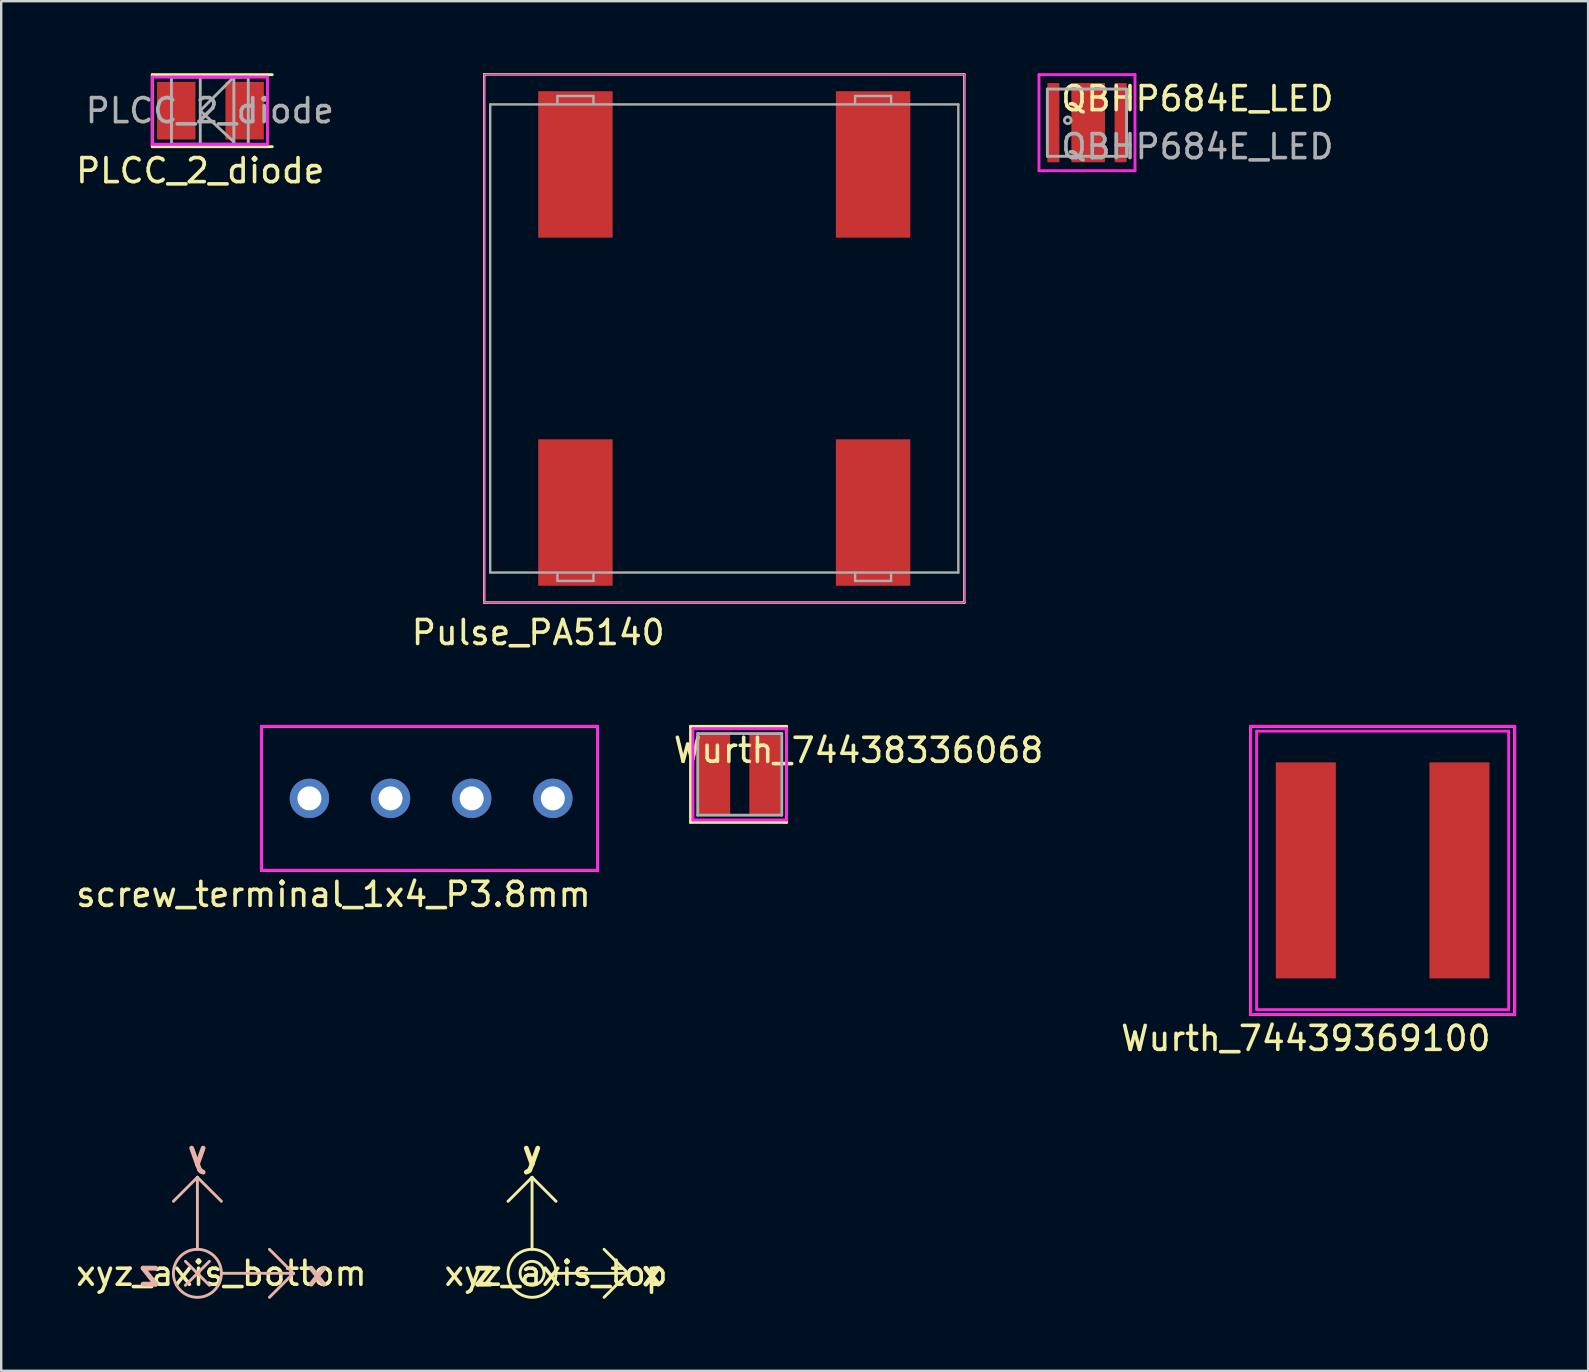
<source format=kicad_pcb>
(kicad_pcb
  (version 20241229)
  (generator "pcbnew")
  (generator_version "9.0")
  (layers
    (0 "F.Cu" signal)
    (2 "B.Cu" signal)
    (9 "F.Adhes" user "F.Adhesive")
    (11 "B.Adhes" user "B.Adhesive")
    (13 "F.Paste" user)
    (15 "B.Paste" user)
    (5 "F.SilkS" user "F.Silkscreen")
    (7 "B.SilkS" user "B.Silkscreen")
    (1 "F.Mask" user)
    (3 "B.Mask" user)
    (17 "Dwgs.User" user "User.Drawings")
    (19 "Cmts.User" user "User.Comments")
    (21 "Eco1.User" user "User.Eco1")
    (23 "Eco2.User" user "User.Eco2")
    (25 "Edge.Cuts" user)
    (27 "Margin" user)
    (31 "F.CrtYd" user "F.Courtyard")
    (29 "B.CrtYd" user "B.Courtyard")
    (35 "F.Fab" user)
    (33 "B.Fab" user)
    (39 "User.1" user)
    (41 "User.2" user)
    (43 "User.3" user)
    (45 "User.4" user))
  (footprint "xyz_axis_top"
    (layer "F.Cu")
    (at 19.113 49.992)
    (property "Reference" "xyz_axis_top" (at 1 0 0) (layer "F.SilkS") (effects (font (size 1 1) (thickness 0.15))))
    (attr through_hole)
    (fp_line (start -1 -3) (end 0 -4) (stroke (width 0.12) (type solid)) (layer "F.SilkS"))
    (fp_line (start 0 -4) (end 1 -3) (stroke (width 0.12) (type solid)) (layer "F.SilkS"))
    (fp_line (start 0 -1) (end 0 -4) (stroke (width 0.12) (type solid)) (layer "F.SilkS"))
    (fp_line (start 1 0) (end 4 0) (stroke (width 0.12) (type solid)) (layer "F.SilkS"))
    (fp_line (start 3 -1) (end 4 0) (stroke (width 0.12) (type solid)) (layer "F.SilkS"))
    (fp_line (start 4 0) (end 3 1) (stroke (width 0.12) (type solid)) (layer "F.SilkS"))
    (fp_circle (center 0 0) (end 0.5 0) (stroke (width 0.12) (type solid)) (fill no) (layer "F.SilkS"))
    (fp_circle (center 0 0) (end 1 0) (stroke (width 0.12) (type solid)) (fill no) (layer "F.SilkS"))
    (fp_text user "z" (at -2 0 0) (layer "F.SilkS") (effects (font (size 1 1) (thickness 0.2))))
    (fp_text user "y" (at 0 -5 0) (layer "F.SilkS") (effects (font (size 1 1) (thickness 0.2))))
    (fp_text user "x" (at 5 0 0) (layer "F.SilkS") (effects (font (size 1 1) (thickness 0.2)))))
  (footprint "screw_terminal_1x4_P3.8mm"
    (layer "F.Cu")
    (at 9.839 30.208)
    (property "Reference" "screw_terminal_1x4_P3.8mm" (at 1 4 0) (layer "F.SilkS") (effects (font (size 1 1) (thickness 0.15))))
    (attr through_hole)
    (fp_line (start -2 -3) (end 12 -3) (stroke (width 0.12) (type solid)) (layer "F.SilkS"))
    (fp_line (start -2 3) (end -2 -3) (stroke (width 0.12) (type solid)) (layer "F.SilkS"))
    (fp_line (start 12 -3) (end 12 3) (stroke (width 0.12) (type solid)) (layer "F.SilkS"))
    (fp_line (start 12 3) (end -2 3) (stroke (width 0.12) (type solid)) (layer "F.SilkS"))
    (fp_line (start -2 -3) (end 12 -3) (stroke (width 0.12) (type solid)) (layer "F.CrtYd"))
    (fp_line (start -2 3) (end -2 -3) (stroke (width 0.12) (type solid)) (layer "F.CrtYd"))
    (fp_line (start 12 -3) (end 12 3) (stroke (width 0.12) (type solid)) (layer "F.CrtYd"))
    (fp_line (start 12 3) (end -2 3) (stroke (width 0.12) (type solid)) (layer "F.CrtYd"))
    (pad "1" thru_hole circle (at 0 0) (size 1.64 1.64) (drill 1) (layers "*.Cu" "*.Mask"))
    (pad "2" thru_hole circle (at 3.38 0) (size 1.64 1.64) (drill 1) (layers "*.Cu" "*.Mask"))
    (pad "3" thru_hole circle (at 6.76 0) (size 1.64 1.64) (drill 1) (layers "*.Cu" "*.Mask"))
    (pad "4" thru_hole circle (at 10.14 0) (size 1.64 1.64) (drill 1) (layers "*.Cu" "*.Mask")))
  (footprint "PLCC_2_diode"
    (layer "F.Cu")
    (at 4.292 1.56)
    (property "Reference" "PLCC_2_diode" (at 1 2.5 0) (layer "F.SilkS") (effects (font (size 1 1) (thickness 0.15))))
    (attr smd)
    (fp_line (start -1 -1.5) (end 4 -1.5) (stroke (width 0.12) (type solid)) (layer "F.SilkS"))
    (fp_line (start -1 1.5) (end -1 -1.5) (stroke (width 0.12) (type solid)) (layer "F.SilkS"))
    (fp_line (start 4 1.5) (end -1 1.5) (stroke (width 0.12) (type solid)) (layer "F.SilkS"))
    (fp_line (start -1 -1.4) (end 3.8 -1.4) (stroke (width 0.12) (type solid)) (layer "F.CrtYd"))
    (fp_line (start -1 1.4) (end -1 -1.4) (stroke (width 0.12) (type solid)) (layer "F.CrtYd"))
    (fp_line (start 3.8 -1.4) (end 3.8 1.4) (stroke (width 0.12) (type solid)) (layer "F.CrtYd"))
    (fp_line (start 3.8 1.4) (end -1 1.4) (stroke (width 0.12) (type solid)) (layer "F.CrtYd"))
    (fp_line (start -0.2 -1.4) (end 3 -1.4) (stroke (width 0.12) (type solid)) (layer "F.Fab"))
    (fp_line (start -0.2 1.4) (end -0.2 -1.4) (stroke (width 0.12) (type solid)) (layer "F.Fab"))
    (fp_line (start 1 -1.4) (end 1 1.4) (stroke (width 0.12) (type solid)) (layer "F.Fab"))
    (fp_line (start 1 0) (end 2.4 -1.4) (stroke (width 0.12) (type solid)) (layer "F.Fab"))
    (fp_line (start 2.4 -1.4) (end 2.4 1.4) (stroke (width 0.12) (type solid)) (layer "F.Fab"))
    (fp_line (start 2.4 1.3) (end 1 0) (stroke (width 0.12) (type solid)) (layer "F.Fab"))
    (fp_line (start 3 -1.4) (end 3 1.4) (stroke (width 0.12) (type solid)) (layer "F.Fab"))
    (fp_line (start 3 1.4) (end -0.2 1.4) (stroke (width 0.12) (type solid)) (layer "F.Fab"))
    (fp_text user "${REFERENCE}" (at 1.4 0 0) (layer "F.Fab") (effects (font (size 1 1) (thickness 0.15))))
    (pad "1" smd rect (at 0 0) (size 1.6 2.4) (layers "F.Cu" "F.Mask" "F.Paste"))
    (pad "2" smd rect (at 2.85 0) (size 1.6 2.4) (layers "F.Cu" "F.Mask" "F.Paste")))
  (footprint "Wurth_74438336068"
    (layer "F.Cu")
    (at 26.715 29.208)
    (property "Reference" "Wurth_74438336068" (at 6 -1 0) (layer "F.SilkS") (effects (font (size 1 1) (thickness 0.15))))
    (attr through_hole)
    (fp_line (start -1 -2) (end 3 -2) (stroke (width 0.12) (type solid)) (layer "F.SilkS"))
    (fp_line (start -1 2) (end -1 -2) (stroke (width 0.12) (type solid)) (layer "F.SilkS"))
    (fp_line (start 3 -2) (end 3 2) (stroke (width 0.12) (type solid)) (layer "F.SilkS"))
    (fp_line (start 3 2) (end -1 2) (stroke (width 0.12) (type solid)) (layer "F.SilkS"))
    (fp_line (start -0.9 -1.9) (end 3 -1.9) (stroke (width 0.12) (type solid)) (layer "F.CrtYd"))
    (fp_line (start -0.9 1.9) (end -0.9 -1.9) (stroke (width 0.12) (type solid)) (layer "F.CrtYd"))
    (fp_line (start 3 -1.9) (end 3 1.9) (stroke (width 0.12) (type solid)) (layer "F.CrtYd"))
    (fp_line (start 3 1.9) (end -0.9 1.9) (stroke (width 0.12) (type solid)) (layer "F.CrtYd"))
    (fp_line (start -0.7 -1.7) (end 2.8 -1.7) (stroke (width 0.12) (type solid)) (layer "F.Fab"))
    (fp_line (start -0.7 1.7) (end -0.7 -1.7) (stroke (width 0.12) (type solid)) (layer "F.Fab"))
    (fp_line (start 2.8 -1.7) (end 2.8 1.7) (stroke (width 0.12) (type solid)) (layer "F.Fab"))
    (fp_line (start 2.8 1.7) (end -0.7 1.7) (stroke (width 0.12) (type solid)) (layer "F.Fab"))
    (pad "1" smd rect (at 0 0) (size 1.3 3.4) (layers "F.Cu" "F.Mask" "F.Paste"))
    (pad "2" smd rect (at 2.1 0) (size 1.3 3.4) (layers "F.Cu" "F.Mask" "F.Paste")))
  (footprint "Wurth_74439369100"
    (layer "F.Cu")
    (at 51.346 33.208)
    (property "Reference" "Wurth_74439369100" (at 0 7 0) (layer "F.SilkS") (effects (font (size 1 1) (thickness 0.15))))
    (attr through_hole)
    (fp_line (start -2.3 -6) (end 8.7 -6) (stroke (width 0.12) (type solid)) (layer "F.SilkS"))
    (fp_line (start -2.3 6) (end -2.3 -6) (stroke (width 0.12) (type solid)) (layer "F.SilkS"))
    (fp_line (start 8.7 -6) (end 8.7 6) (stroke (width 0.12) (type solid)) (layer "F.SilkS"))
    (fp_line (start 8.7 6) (end -2.3 6) (stroke (width 0.12) (type solid)) (layer "F.SilkS"))
    (fp_line (start -2.3 -6) (end 8.7 -6) (stroke (width 0.12) (type solid)) (layer "F.CrtYd"))
    (fp_line (start -2.3 6) (end -2.3 -6) (stroke (width 0.12) (type solid)) (layer "F.CrtYd"))
    (fp_line (start -2.05 -5.8) (end 8.45 -5.8) (stroke (width 0.12) (type solid)) (layer "F.CrtYd"))
    (fp_line (start -2.05 5.8) (end -2.05 -5.8) (stroke (width 0.12) (type solid)) (layer "F.CrtYd"))
    (fp_line (start 8.45 -5.8) (end 8.45 5.8) (stroke (width 0.12) (type solid)) (layer "F.CrtYd"))
    (fp_line (start 8.45 5.8) (end -2.05 5.8) (stroke (width 0.12) (type solid)) (layer "F.CrtYd"))
    (fp_line (start 8.7 -6) (end 8.7 6) (stroke (width 0.12) (type solid)) (layer "F.CrtYd"))
    (fp_line (start 8.7 6) (end -2.3 6) (stroke (width 0.12) (type solid)) (layer "F.CrtYd"))
    (pad "1" smd rect (at 0 0) (size 2.5 9) (layers "F.Cu" "F.Mask" "F.Paste"))
    (pad "2" smd rect (at 6.4 0) (size 2.5 9) (layers "F.Cu" "F.Mask" "F.Paste")))
  (footprint "Pulse_PA5140"
    (layer "F.Cu")
    (at 27.12 11.05)
    (property "Reference" "Pulse_PA5140" (at -7.75 12.25 0) (layer "F.SilkS") (effects (font (size 1 1) (thickness 0.15))))
    (attr smd)
    (fp_line (start -10 -11) (end 10 -11) (stroke (width 0.1) (type default)) (layer "F.SilkS"))
    (fp_line (start -10 11) (end -10 -11) (stroke (width 0.1) (type default)) (layer "F.SilkS"))
    (fp_line (start 10 -11) (end 10 11) (stroke (width 0.1) (type default)) (layer "F.SilkS"))
    (fp_line (start 10 11) (end -10 11) (stroke (width 0.1) (type default)) (layer "F.SilkS"))
    (fp_line (start -10 -11) (end 10 -11) (stroke (width 0.05) (type default)) (layer "F.CrtYd"))
    (fp_line (start -10 11) (end -10 -11) (stroke (width 0.05) (type default)) (layer "F.CrtYd"))
    (fp_line (start 10 -11) (end 10 11) (stroke (width 0.05) (type default)) (layer "F.CrtYd"))
    (fp_line (start 10 11) (end -10 11) (stroke (width 0.05) (type default)) (layer "F.CrtYd"))
    (fp_line (start -9.75 -9.75) (end 9.75 -9.75) (stroke (width 0.1) (type default)) (layer "F.Fab"))
    (fp_line (start -9.75 9.75) (end -9.75 -9.75) (stroke (width 0.1) (type default)) (layer "F.Fab"))
    (fp_line (start -6.95 -10.1) (end -5.45 -10.1) (stroke (width 0.1) (type default)) (layer "F.Fab"))
    (fp_line (start -6.95 -9.8) (end -6.95 -10.1) (stroke (width 0.1) (type default)) (layer "F.Fab"))
    (fp_line (start -6.95 10.1) (end -6.95 9.8) (stroke (width 0.1) (type default)) (layer "F.Fab"))
    (fp_line (start -5.45 -10.1) (end -5.45 -9.8) (stroke (width 0.1) (type default)) (layer "F.Fab"))
    (fp_line (start -5.45 9.8) (end -5.45 10.1) (stroke (width 0.1) (type default)) (layer "F.Fab"))
    (fp_line (start -5.45 10.1) (end -6.95 10.1) (stroke (width 0.1) (type default)) (layer "F.Fab"))
    (fp_line (start 5.45 -10.1) (end 6.95 -10.1) (stroke (width 0.1) (type default)) (layer "F.Fab"))
    (fp_line (start 5.45 -9.8) (end 5.45 -10.1) (stroke (width 0.1) (type default)) (layer "F.Fab"))
    (fp_line (start 5.45 10.1) (end 5.45 9.8) (stroke (width 0.1) (type default)) (layer "F.Fab"))
    (fp_line (start 6.95 -10.1) (end 6.95 -9.8) (stroke (width 0.1) (type default)) (layer "F.Fab"))
    (fp_line (start 6.95 9.8) (end 6.95 10.1) (stroke (width 0.1) (type default)) (layer "F.Fab"))
    (fp_line (start 6.95 10.1) (end 5.45 10.1) (stroke (width 0.1) (type default)) (layer "F.Fab"))
    (fp_line (start 9.75 -9.75) (end 9.75 9.75) (stroke (width 0.1) (type default)) (layer "F.Fab"))
    (fp_line (start 9.75 9.75) (end -9.75 9.75) (stroke (width 0.1) (type default)) (layer "F.Fab"))
    (pad "1" smd rect (at -6.2 7.25) (size 3.1 6.1) (layers "F.Cu" "F.Mask" "F.Paste"))
    (pad "2" smd rect (at 6.2 7.25) (size 3.1 6.1) (layers "F.Cu" "F.Mask" "F.Paste"))
    (pad "3" smd rect (at 6.2 -7.25) (size 3.1 6.1) (layers "F.Cu" "F.Mask" "F.Paste"))
    (pad "4" smd rect (at -6.2 -7.25) (size 3.1 6.1) (layers "F.Cu" "F.Mask" "F.Paste")))
  (footprint "QBHP684E_LED"
    (layer "F.Cu")
    (at 40.83 2.06)
    (property "Reference" "QBHP684E_LED" (at 6 -1 0) (layer "F.SilkS") (effects (font (size 1 1) (thickness 0.15))))
    (attr through_hole)
    (fp_poly (pts (xy 2.15 1.65) (xy 0.75 1.65) (xy 0.75 -1.65) (xy 2.15 -1.65)) (stroke (width 0.001) (type solid)) (fill yes) (layer "F.Cu"))
    (fp_line (start -0.6 -2) (end 3.4 -2) (stroke (width 0.12) (type solid)) (layer "F.CrtYd"))
    (fp_line (start -0.6 2) (end -0.6 -2) (stroke (width 0.12) (type solid)) (layer "F.CrtYd"))
    (fp_line (start 3.4 -2) (end 3.4 2) (stroke (width 0.12) (type solid)) (layer "F.CrtYd"))
    (fp_line (start 3.4 2) (end -0.6 2) (stroke (width 0.12) (type solid)) (layer "F.CrtYd"))
    (fp_line (start -0.25 -1.4) (end 3.05 -1.4) (stroke (width 0.12) (type solid)) (layer "F.Fab"))
    (fp_line (start -0.25 1.4) (end -0.25 -1.4) (stroke (width 0.12) (type solid)) (layer "F.Fab"))
    (fp_line (start 3.05 -1.4) (end 3.05 1.4) (stroke (width 0.12) (type solid)) (layer "F.Fab"))
    (fp_line (start 3.05 1.4) (end -0.25 1.4) (stroke (width 0.12) (type solid)) (layer "F.Fab"))
    (fp_circle (center 0.6 -0.1) (end 0.7 -0.2) (stroke (width 0.12) (type solid)) (fill no) (layer "F.Fab"))
    (fp_text user "${REFERENCE}" (at 6 1 0) (layer "F.Fab") (effects (font (size 1 1) (thickness 0.15))))
    (pad "1" smd rect (at 0 0) (size 0.5 3.3) (layers "F.Cu" "F.Mask" "F.Paste"))
    (pad "2" smd rect (at 2.8 0) (size 0.5 3.3) (layers "F.Cu" "F.Mask" "F.Paste")))
  (footprint "xyz_axis_bottom"
    (layer "F.Cu")
    (at 5.173 49.992)
    (property "Reference" "xyz_axis_bottom" (at 1 0 0) (layer "F.SilkS") (effects (font (size 1 1) (thickness 0.15))))
    (attr through_hole)
    (fp_line (start -1 -3) (end 0 -4) (stroke (width 0.12) (type solid)) (layer "B.SilkS"))
    (fp_line (start -0.5 -0.5) (end 0.5 0.5) (stroke (width 0.12) (type solid)) (layer "B.SilkS"))
    (fp_line (start -0.5 0.5) (end 0.5 -0.5) (stroke (width 0.12) (type solid)) (layer "B.SilkS"))
    (fp_line (start 0 -4) (end 1 -3) (stroke (width 0.12) (type solid)) (layer "B.SilkS"))
    (fp_line (start 0 -1) (end 0 -4) (stroke (width 0.12) (type solid)) (layer "B.SilkS"))
    (fp_line (start 1 0) (end 4 0) (stroke (width 0.12) (type solid)) (layer "B.SilkS"))
    (fp_line (start 3 -1) (end 4 0) (stroke (width 0.12) (type solid)) (layer "B.SilkS"))
    (fp_line (start 4 0) (end 3 1) (stroke (width 0.12) (type solid)) (layer "B.SilkS"))
    (fp_circle (center 0 0) (end 1 0) (stroke (width 0.12) (type solid)) (fill no) (layer "B.SilkS"))
    (fp_text user "y" (at 0 -5 0) (layer "B.SilkS") (effects (font (size 1 1) (thickness 0.2)) (justify mirror)))
    (fp_text user "z" (at -2 0 0) (layer "B.SilkS") (effects (font (size 1 1) (thickness 0.2)) (justify mirror)))
    (fp_text user "x" (at 5 0 0) (layer "B.SilkS") (effects (font (size 1 1) (thickness 0.2)) (justify mirror))))
  (gr_rect
    (start -3 -3)
    (end 63.106 54.053)
    (stroke (width 0.1) (type default))
    (fill no)
    (layer "Edge.Cuts")))
</source>
